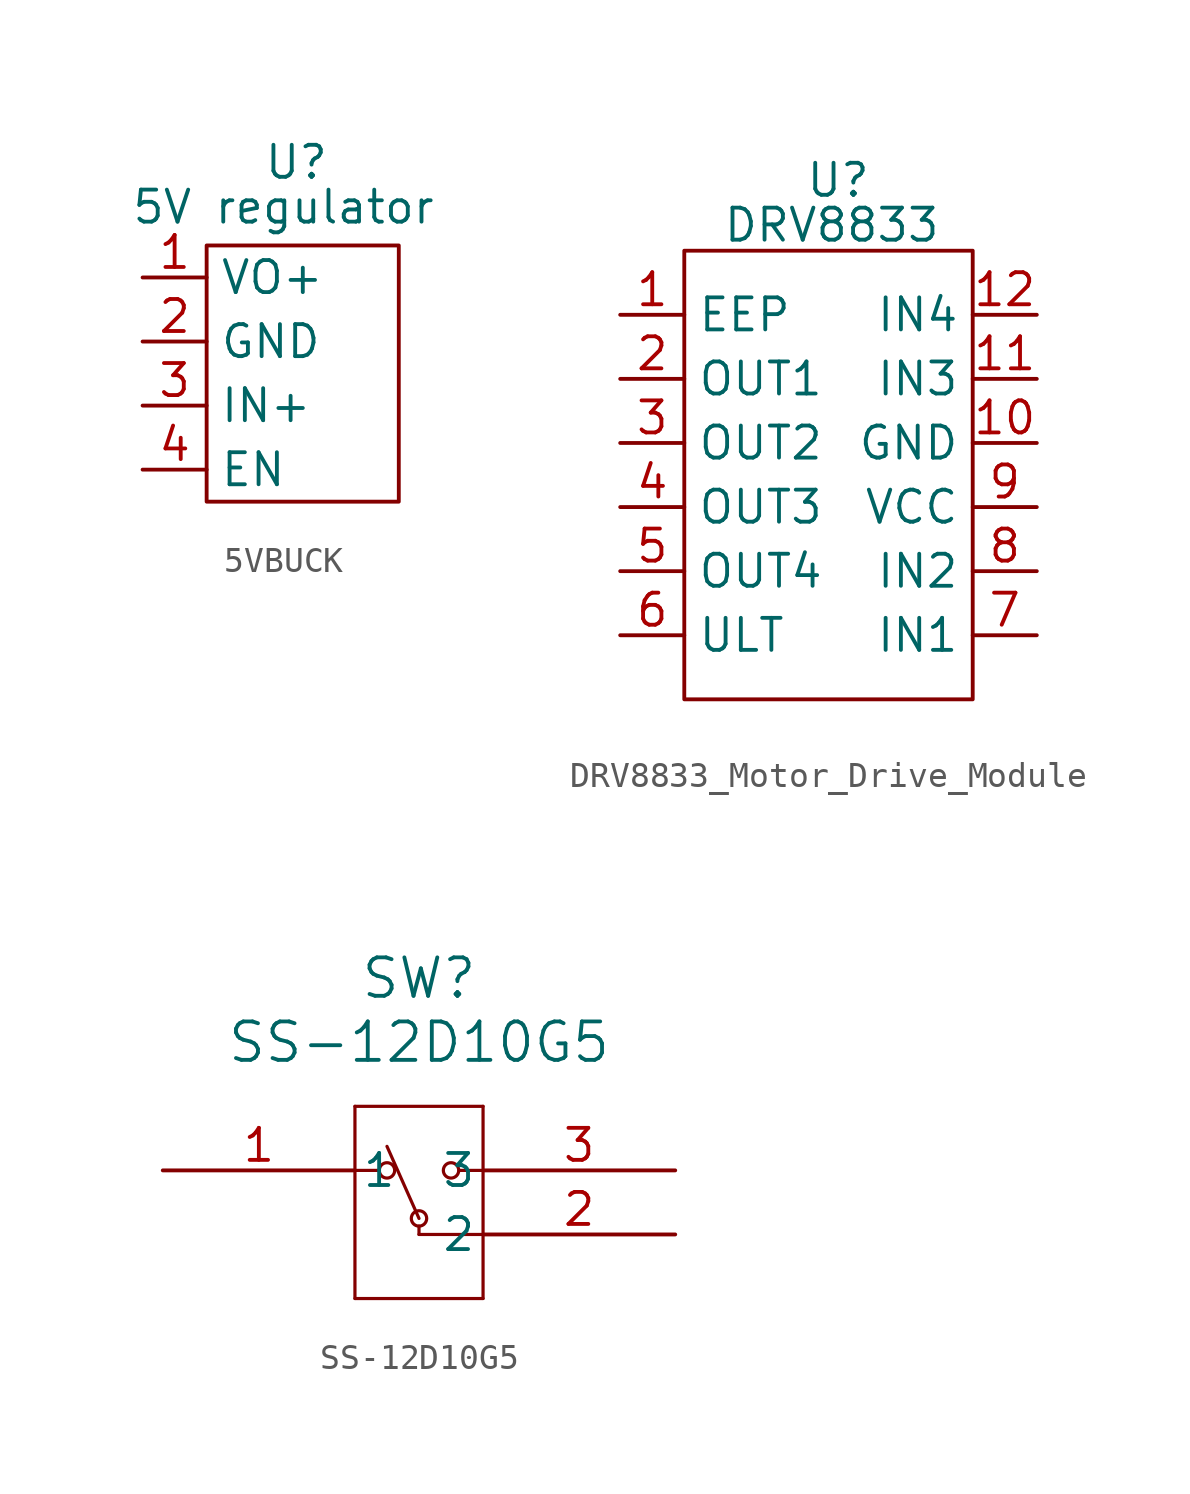
<source format=kicad_sym>
(kicad_symbol_lib
  (version 20231120)
  (generator "kicad_symbol_editor")
  (generator_version "8.0")
  (symbol "5VBUCK"
    (property "Reference" "U"
      (at 3.556 4.572 0)
      (effects (font (size 1.27 1.27))))
    (property "Value" "5V regulator"
      (at 3.048 2.794 0)
      (effects (font (size 1.27 1.27))))
    (symbol "5VBUCK_0_1"
      (rectangle (start 0 1.27) (end 7.62 -8.89) (stroke (width 0) (type default)) (fill (type none))))
    (symbol "5VBUCK_1_1"
      (pin power_out line (at -2.54 0 0) (length 2.54) (name "VO+" (effects (font (size 1.27 1.27)))) (number "1" (effects (font (size 1.27 1.27)))))
      (pin power_in line (at -2.54 -2.54 0) (length 2.54) (name "GND" (effects (font (size 1.27 1.27)))) (number "2" (effects (font (size 1.27 1.27)))))
      (pin power_in line (at -2.54 -5.08 0) (length 2.54) (name "IN+" (effects (font (size 1.27 1.27)))) (number "3" (effects (font (size 1.27 1.27)))))
      (pin input line (at -2.54 -7.62 0) (length 2.54) (name "EN" (effects (font (size 1.27 1.27)))) (number "4" (effects (font (size 1.27 1.27)))))))
  (symbol "DRV8833_Motor_Drive_Module"
    (property "Reference" "U"
      (at -4.064 4.064 0)
      (effects (font (size 1.27 1.27))))
    (property "Value" "DRV8833"
      (at -4.318 2.286 0)
      (effects (font (size 1.27 1.27))))
    (symbol "DRV8833_Motor_Drive_Module_0_1"
      (rectangle (start -10.16 1.27) (end 1.27 -16.51) (stroke (width 0) (type default)) (fill (type none))))
    (symbol "DRV8833_Motor_Drive_Module_1_1"
      (pin input line (at -12.7 -1.27 0) (length 2.54) (name "EEP" (effects (font (size 1.27 1.27)))) (number "1" (effects (font (size 1.27 1.27)))))
      (pin power_in line (at 3.81 -6.35 180) (length 2.54) (name "GND" (effects (font (size 1.27 1.27)))) (number "10" (effects (font (size 1.27 1.27)))))
      (pin input line (at 3.81 -3.81 180) (length 2.54) (name "IN3" (effects (font (size 1.27 1.27)))) (number "11" (effects (font (size 1.27 1.27)))))
      (pin input line (at 3.81 -1.27 180) (length 2.54) (name "IN4" (effects (font (size 1.27 1.27)))) (number "12" (effects (font (size 1.27 1.27)))))
      (pin output line (at -12.7 -3.81 0) (length 2.54) (name "OUT1" (effects (font (size 1.27 1.27)))) (number "2" (effects (font (size 1.27 1.27)))))
      (pin output line (at -12.7 -6.35 0) (length 2.54) (name "OUT2" (effects (font (size 1.27 1.27)))) (number "3" (effects (font (size 1.27 1.27)))))
      (pin output line (at -12.7 -8.89 0) (length 2.54) (name "OUT3" (effects (font (size 1.27 1.27)))) (number "4" (effects (font (size 1.27 1.27)))))
      (pin output line (at -12.7 -11.43 0) (length 2.54) (name "OUT4" (effects (font (size 1.27 1.27)))) (number "5" (effects (font (size 1.27 1.27)))))
      (pin output line (at -12.7 -13.97 0) (length 2.54) (name "ULT" (effects (font (size 1.27 1.27)))) (number "6" (effects (font (size 1.27 1.27)))))
      (pin input line (at 3.81 -13.97 180) (length 2.54) (name "IN1" (effects (font (size 1.27 1.27)))) (number "7" (effects (font (size 1.27 1.27)))))
      (pin input line (at 3.81 -11.43 180) (length 2.54) (name "IN2" (effects (font (size 1.27 1.27)))) (number "8" (effects (font (size 1.27 1.27)))))
      (pin power_in line (at 3.81 -8.89 180) (length 2.54) (name "VCC" (effects (font (size 1.27 1.27)))) (number "9" (effects (font (size 1.27 1.27)))))))
  (symbol "SS-12D10G5"
    (pin_names
      (offset 0.254))
    (property "Reference" "SW"
      (at 10.16 7.62 0)
      (effects (font (size 1.524 1.524))))
    (property "Value" "SS-12D10G5"
      (at 10.16 5.08 0)
      (effects (font (size 1.524 1.524))))
    (property "ki_locked" ""
      (at 0 0 0)
      (effects (font (size 1.27 1.27))))
    (symbol "SS-12D10G5_0_1"
      (polyline (pts (xy 7.62 -5.08) (xy 12.7 -5.08)) (stroke (width 0.127) (type default)) (fill (type none)))
      (polyline (pts (xy 7.62 0) (xy 8.572 0)) (stroke (width 0.127) (type default)) (fill (type none)))
      (polyline (pts (xy 7.62 2.54) (xy 7.62 -5.08)) (stroke (width 0.127) (type default)) (fill (type none)))
      (polyline (pts (xy 10.16 -2.21) (xy 10.16 -2.54)) (stroke (width 0.127) (type default)) (fill (type none)))
      (polyline (pts (xy 10.16 -1.905) (xy 8.89 0.953)) (stroke (width 0.127) (type default)) (fill (type none)))
      (polyline (pts (xy 12.7 -5.08) (xy 12.7 2.54)) (stroke (width 0.127) (type default)) (fill (type none)))
      (polyline (pts (xy 12.7 -2.54) (xy 10.16 -2.54)) (stroke (width 0.127) (type default)) (fill (type none)))
      (polyline (pts (xy 12.7 0) (xy 11.748 0)) (stroke (width 0.127) (type default)) (fill (type none)))
      (polyline (pts (xy 12.7 2.54) (xy 7.62 2.54)) (stroke (width 0.127) (type default)) (fill (type none)))
      (circle (center 8.89 0) (radius 0.305) (stroke (width 0.127) (type default)) (fill (type none)))
      (circle (center 10.16 -1.905) (radius 0.305) (stroke (width 0.127) (type default)) (fill (type none)))
      (circle (center 11.43 0) (radius 0.305) (stroke (width 0.127) (type default)) (fill (type none)))
      (pin unspecified line (at 0 0 0) (length 7.62) (name "1" (effects (font (size 1.27 1.27)))) (number "1" (effects (font (size 1.27 1.27)))))
      (pin unspecified line (at 20.32 -2.54 180) (length 7.62) (name "2" (effects (font (size 1.27 1.27)))) (number "2" (effects (font (size 1.27 1.27)))))
      (pin unspecified line (at 20.32 0 180) (length 7.62) (name "3" (effects (font (size 1.27 1.27)))) (number "3" (effects (font (size 1.27 1.27))))))))
</source>
